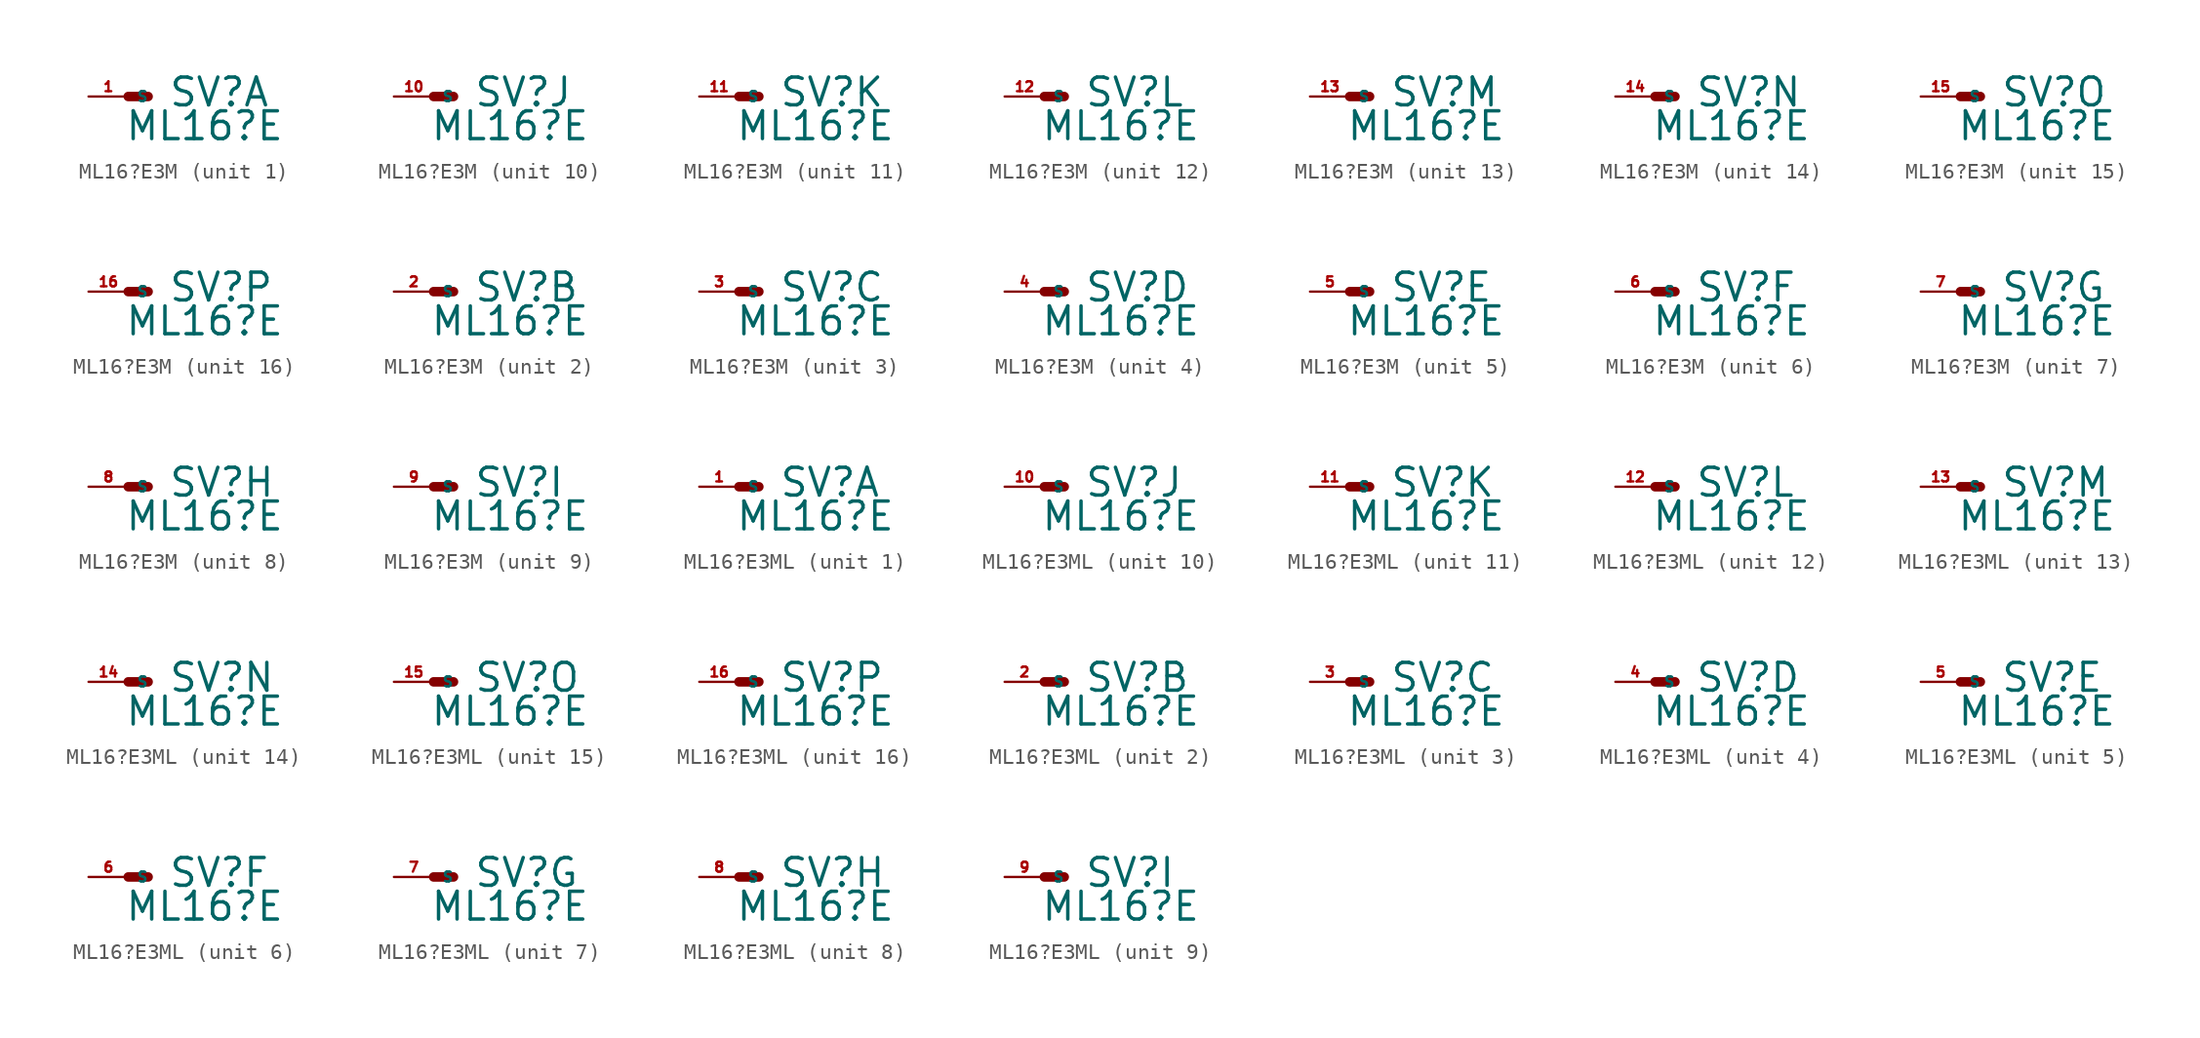
<source format=kicad_sym>
(kicad_symbol_lib
  (version 20220914)
  (generator Eagle2Kicad)
  (symbol "ML16?E3M"
    (property "Reference" "SV"
      (at 2.54 -0.762 0)
      (effects (font (size 1.778 1.778) (thickness 0.22)) (justify left bottom)))
    (property "Value" "ML16?E"
      (at -0.254 -2.921 0)
      (effects (font (size 1.778 1.778) (thickness 0.22)) (justify left bottom)))
    (symbol "ML16?E3M_1_0"
      (polyline (pts (xy 1.27 0) (xy 0 0)) (stroke (width 0.61) (type default)) (fill (type none)))
      (pin passive line (at -2.54 0 0) (length 2.54) (name "S" (effects (font (size 0.635 0.635) (thickness 0.08)) (justify left bottom))) (number "1" (effects (font (size 0.635 0.635) (thickness 0.08)) (justify left bottom)))))
    (symbol "ML16?E3M_2_0"
      (polyline (pts (xy 1.27 0) (xy 0 0)) (stroke (width 0.61) (type default)) (fill (type none)))
      (pin passive line (at -2.54 0 0) (length 2.54) (name "S" (effects (font (size 0.635 0.635) (thickness 0.08)) (justify left bottom))) (number "2" (effects (font (size 0.635 0.635) (thickness 0.08)) (justify left bottom)))))
    (symbol "ML16?E3M_3_0"
      (polyline (pts (xy 1.27 0) (xy 0 0)) (stroke (width 0.61) (type default)) (fill (type none)))
      (pin passive line (at -2.54 0 0) (length 2.54) (name "S" (effects (font (size 0.635 0.635) (thickness 0.08)) (justify left bottom))) (number "3" (effects (font (size 0.635 0.635) (thickness 0.08)) (justify left bottom)))))
    (symbol "ML16?E3M_4_0"
      (polyline (pts (xy 1.27 0) (xy 0 0)) (stroke (width 0.61) (type default)) (fill (type none)))
      (pin passive line (at -2.54 0 0) (length 2.54) (name "S" (effects (font (size 0.635 0.635) (thickness 0.08)) (justify left bottom))) (number "4" (effects (font (size 0.635 0.635) (thickness 0.08)) (justify left bottom)))))
    (symbol "ML16?E3M_5_0"
      (polyline (pts (xy 1.27 0) (xy 0 0)) (stroke (width 0.61) (type default)) (fill (type none)))
      (pin passive line (at -2.54 0 0) (length 2.54) (name "S" (effects (font (size 0.635 0.635) (thickness 0.08)) (justify left bottom))) (number "5" (effects (font (size 0.635 0.635) (thickness 0.08)) (justify left bottom)))))
    (symbol "ML16?E3M_6_0"
      (polyline (pts (xy 1.27 0) (xy 0 0)) (stroke (width 0.61) (type default)) (fill (type none)))
      (pin passive line (at -2.54 0 0) (length 2.54) (name "S" (effects (font (size 0.635 0.635) (thickness 0.08)) (justify left bottom))) (number "6" (effects (font (size 0.635 0.635) (thickness 0.08)) (justify left bottom)))))
    (symbol "ML16?E3M_7_0"
      (polyline (pts (xy 1.27 0) (xy 0 0)) (stroke (width 0.61) (type default)) (fill (type none)))
      (pin passive line (at -2.54 0 0) (length 2.54) (name "S" (effects (font (size 0.635 0.635) (thickness 0.08)) (justify left bottom))) (number "7" (effects (font (size 0.635 0.635) (thickness 0.08)) (justify left bottom)))))
    (symbol "ML16?E3M_8_0"
      (polyline (pts (xy 1.27 0) (xy 0 0)) (stroke (width 0.61) (type default)) (fill (type none)))
      (pin passive line (at -2.54 0 0) (length 2.54) (name "S" (effects (font (size 0.635 0.635) (thickness 0.08)) (justify left bottom))) (number "8" (effects (font (size 0.635 0.635) (thickness 0.08)) (justify left bottom)))))
    (symbol "ML16?E3M_9_0"
      (polyline (pts (xy 1.27 0) (xy 0 0)) (stroke (width 0.61) (type default)) (fill (type none)))
      (pin passive line (at -2.54 0 0) (length 2.54) (name "S" (effects (font (size 0.635 0.635) (thickness 0.08)) (justify left bottom))) (number "9" (effects (font (size 0.635 0.635) (thickness 0.08)) (justify left bottom)))))
    (symbol "ML16?E3M_10_0"
      (polyline (pts (xy 1.27 0) (xy 0 0)) (stroke (width 0.61) (type default)) (fill (type none)))
      (pin passive line (at -2.54 0 0) (length 2.54) (name "S" (effects (font (size 0.635 0.635) (thickness 0.08)) (justify left bottom))) (number "10" (effects (font (size 0.635 0.635) (thickness 0.08)) (justify left bottom)))))
    (symbol "ML16?E3M_11_0"
      (polyline (pts (xy 1.27 0) (xy 0 0)) (stroke (width 0.61) (type default)) (fill (type none)))
      (pin passive line (at -2.54 0 0) (length 2.54) (name "S" (effects (font (size 0.635 0.635) (thickness 0.08)) (justify left bottom))) (number "11" (effects (font (size 0.635 0.635) (thickness 0.08)) (justify left bottom)))))
    (symbol "ML16?E3M_12_0"
      (polyline (pts (xy 1.27 0) (xy 0 0)) (stroke (width 0.61) (type default)) (fill (type none)))
      (pin passive line (at -2.54 0 0) (length 2.54) (name "S" (effects (font (size 0.635 0.635) (thickness 0.08)) (justify left bottom))) (number "12" (effects (font (size 0.635 0.635) (thickness 0.08)) (justify left bottom)))))
    (symbol "ML16?E3M_13_0"
      (polyline (pts (xy 1.27 0) (xy 0 0)) (stroke (width 0.61) (type default)) (fill (type none)))
      (pin passive line (at -2.54 0 0) (length 2.54) (name "S" (effects (font (size 0.635 0.635) (thickness 0.08)) (justify left bottom))) (number "13" (effects (font (size 0.635 0.635) (thickness 0.08)) (justify left bottom)))))
    (symbol "ML16?E3M_14_0"
      (polyline (pts (xy 1.27 0) (xy 0 0)) (stroke (width 0.61) (type default)) (fill (type none)))
      (pin passive line (at -2.54 0 0) (length 2.54) (name "S" (effects (font (size 0.635 0.635) (thickness 0.08)) (justify left bottom))) (number "14" (effects (font (size 0.635 0.635) (thickness 0.08)) (justify left bottom)))))
    (symbol "ML16?E3M_15_0"
      (polyline (pts (xy 1.27 0) (xy 0 0)) (stroke (width 0.61) (type default)) (fill (type none)))
      (pin passive line (at -2.54 0 0) (length 2.54) (name "S" (effects (font (size 0.635 0.635) (thickness 0.08)) (justify left bottom))) (number "15" (effects (font (size 0.635 0.635) (thickness 0.08)) (justify left bottom)))))
    (symbol "ML16?E3M_16_0"
      (polyline (pts (xy 1.27 0) (xy 0 0)) (stroke (width 0.61) (type default)) (fill (type none)))
      (pin passive line (at -2.54 0 0) (length 2.54) (name "S" (effects (font (size 0.635 0.635) (thickness 0.08)) (justify left bottom))) (number "16" (effects (font (size 0.635 0.635) (thickness 0.08)) (justify left bottom))))))
  (symbol "ML16?E3ML"
    (property "Reference" "SV"
      (at 2.54 -0.762 0)
      (effects (font (size 1.778 1.778) (thickness 0.22)) (justify left bottom)))
    (property "Value" "ML16?E"
      (at -0.254 -2.921 0)
      (effects (font (size 1.778 1.778) (thickness 0.22)) (justify left bottom)))
    (symbol "ML16?E3ML_1_0"
      (polyline (pts (xy 1.27 0) (xy 0 0)) (stroke (width 0.61) (type default)) (fill (type none)))
      (pin passive line (at -2.54 0 0) (length 2.54) (name "S" (effects (font (size 0.635 0.635) (thickness 0.08)) (justify left bottom))) (number "1" (effects (font (size 0.635 0.635) (thickness 0.08)) (justify left bottom)))))
    (symbol "ML16?E3ML_2_0"
      (polyline (pts (xy 1.27 0) (xy 0 0)) (stroke (width 0.61) (type default)) (fill (type none)))
      (pin passive line (at -2.54 0 0) (length 2.54) (name "S" (effects (font (size 0.635 0.635) (thickness 0.08)) (justify left bottom))) (number "2" (effects (font (size 0.635 0.635) (thickness 0.08)) (justify left bottom)))))
    (symbol "ML16?E3ML_3_0"
      (polyline (pts (xy 1.27 0) (xy 0 0)) (stroke (width 0.61) (type default)) (fill (type none)))
      (pin passive line (at -2.54 0 0) (length 2.54) (name "S" (effects (font (size 0.635 0.635) (thickness 0.08)) (justify left bottom))) (number "3" (effects (font (size 0.635 0.635) (thickness 0.08)) (justify left bottom)))))
    (symbol "ML16?E3ML_4_0"
      (polyline (pts (xy 1.27 0) (xy 0 0)) (stroke (width 0.61) (type default)) (fill (type none)))
      (pin passive line (at -2.54 0 0) (length 2.54) (name "S" (effects (font (size 0.635 0.635) (thickness 0.08)) (justify left bottom))) (number "4" (effects (font (size 0.635 0.635) (thickness 0.08)) (justify left bottom)))))
    (symbol "ML16?E3ML_5_0"
      (polyline (pts (xy 1.27 0) (xy 0 0)) (stroke (width 0.61) (type default)) (fill (type none)))
      (pin passive line (at -2.54 0 0) (length 2.54) (name "S" (effects (font (size 0.635 0.635) (thickness 0.08)) (justify left bottom))) (number "5" (effects (font (size 0.635 0.635) (thickness 0.08)) (justify left bottom)))))
    (symbol "ML16?E3ML_6_0"
      (polyline (pts (xy 1.27 0) (xy 0 0)) (stroke (width 0.61) (type default)) (fill (type none)))
      (pin passive line (at -2.54 0 0) (length 2.54) (name "S" (effects (font (size 0.635 0.635) (thickness 0.08)) (justify left bottom))) (number "6" (effects (font (size 0.635 0.635) (thickness 0.08)) (justify left bottom)))))
    (symbol "ML16?E3ML_7_0"
      (polyline (pts (xy 1.27 0) (xy 0 0)) (stroke (width 0.61) (type default)) (fill (type none)))
      (pin passive line (at -2.54 0 0) (length 2.54) (name "S" (effects (font (size 0.635 0.635) (thickness 0.08)) (justify left bottom))) (number "7" (effects (font (size 0.635 0.635) (thickness 0.08)) (justify left bottom)))))
    (symbol "ML16?E3ML_8_0"
      (polyline (pts (xy 1.27 0) (xy 0 0)) (stroke (width 0.61) (type default)) (fill (type none)))
      (pin passive line (at -2.54 0 0) (length 2.54) (name "S" (effects (font (size 0.635 0.635) (thickness 0.08)) (justify left bottom))) (number "8" (effects (font (size 0.635 0.635) (thickness 0.08)) (justify left bottom)))))
    (symbol "ML16?E3ML_9_0"
      (polyline (pts (xy 1.27 0) (xy 0 0)) (stroke (width 0.61) (type default)) (fill (type none)))
      (pin passive line (at -2.54 0 0) (length 2.54) (name "S" (effects (font (size 0.635 0.635) (thickness 0.08)) (justify left bottom))) (number "9" (effects (font (size 0.635 0.635) (thickness 0.08)) (justify left bottom)))))
    (symbol "ML16?E3ML_10_0"
      (polyline (pts (xy 1.27 0) (xy 0 0)) (stroke (width 0.61) (type default)) (fill (type none)))
      (pin passive line (at -2.54 0 0) (length 2.54) (name "S" (effects (font (size 0.635 0.635) (thickness 0.08)) (justify left bottom))) (number "10" (effects (font (size 0.635 0.635) (thickness 0.08)) (justify left bottom)))))
    (symbol "ML16?E3ML_11_0"
      (polyline (pts (xy 1.27 0) (xy 0 0)) (stroke (width 0.61) (type default)) (fill (type none)))
      (pin passive line (at -2.54 0 0) (length 2.54) (name "S" (effects (font (size 0.635 0.635) (thickness 0.08)) (justify left bottom))) (number "11" (effects (font (size 0.635 0.635) (thickness 0.08)) (justify left bottom)))))
    (symbol "ML16?E3ML_12_0"
      (polyline (pts (xy 1.27 0) (xy 0 0)) (stroke (width 0.61) (type default)) (fill (type none)))
      (pin passive line (at -2.54 0 0) (length 2.54) (name "S" (effects (font (size 0.635 0.635) (thickness 0.08)) (justify left bottom))) (number "12" (effects (font (size 0.635 0.635) (thickness 0.08)) (justify left bottom)))))
    (symbol "ML16?E3ML_13_0"
      (polyline (pts (xy 1.27 0) (xy 0 0)) (stroke (width 0.61) (type default)) (fill (type none)))
      (pin passive line (at -2.54 0 0) (length 2.54) (name "S" (effects (font (size 0.635 0.635) (thickness 0.08)) (justify left bottom))) (number "13" (effects (font (size 0.635 0.635) (thickness 0.08)) (justify left bottom)))))
    (symbol "ML16?E3ML_14_0"
      (polyline (pts (xy 1.27 0) (xy 0 0)) (stroke (width 0.61) (type default)) (fill (type none)))
      (pin passive line (at -2.54 0 0) (length 2.54) (name "S" (effects (font (size 0.635 0.635) (thickness 0.08)) (justify left bottom))) (number "14" (effects (font (size 0.635 0.635) (thickness 0.08)) (justify left bottom)))))
    (symbol "ML16?E3ML_15_0"
      (polyline (pts (xy 1.27 0) (xy 0 0)) (stroke (width 0.61) (type default)) (fill (type none)))
      (pin passive line (at -2.54 0 0) (length 2.54) (name "S" (effects (font (size 0.635 0.635) (thickness 0.08)) (justify left bottom))) (number "15" (effects (font (size 0.635 0.635) (thickness 0.08)) (justify left bottom)))))
    (symbol "ML16?E3ML_16_0"
      (polyline (pts (xy 1.27 0) (xy 0 0)) (stroke (width 0.61) (type default)) (fill (type none)))
      (pin passive line (at -2.54 0 0) (length 2.54) (name "S" (effects (font (size 0.635 0.635) (thickness 0.08)) (justify left bottom))) (number "16" (effects (font (size 0.635 0.635) (thickness 0.08)) (justify left bottom)))))))
</source>
